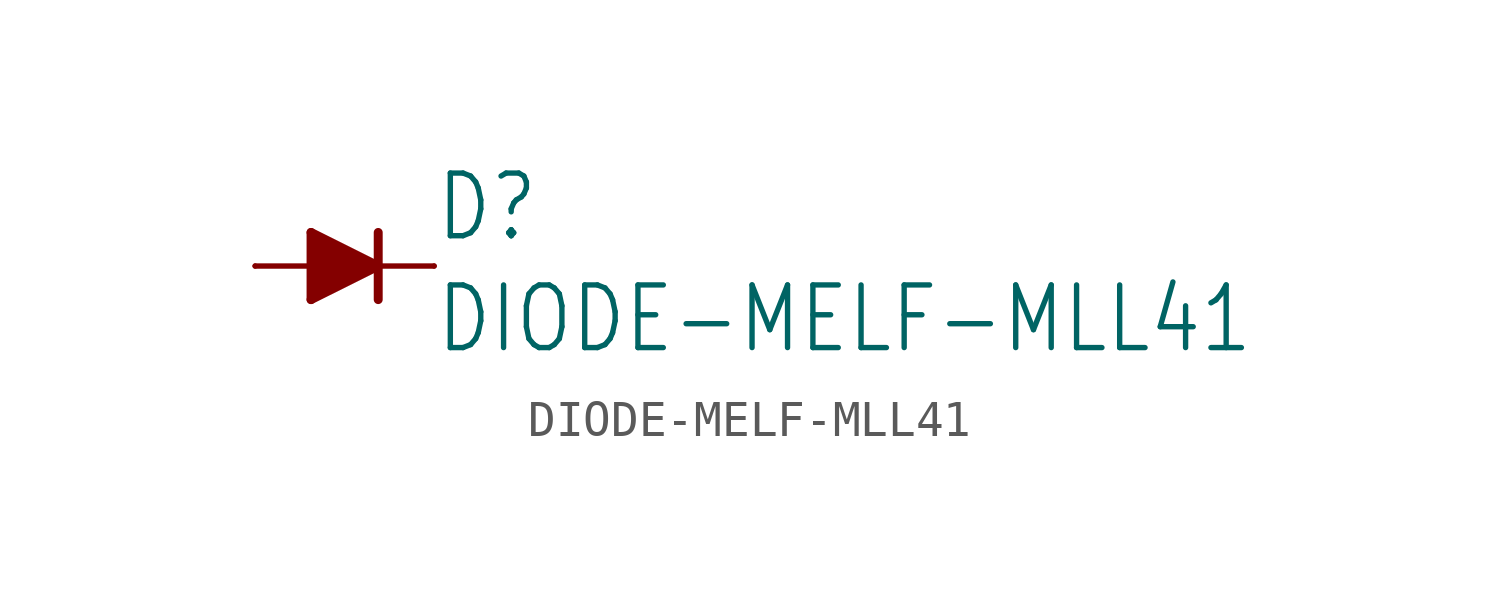
<source format=kicad_sym>
(kicad_symbol_lib
  (version 20211014)
  (generator kicad_symbol_editor)
  (symbol "DIODE-MELF-MLL41"
    (property "Reference" "D"
      (at 2.54 0.635 0)
      (effects (font (size 1.778 1.511)) (justify left bottom)))
    (property "Value" "DIODE-MELF-MLL41"
      (at 2.54 -2.54 0)
      (effects (font (size 1.778 1.511)) (justify left bottom)))
    (property "ki_locked" ""
      (at 0 0 0)
      (effects (font (size 1.27 1.27))))
    (symbol "DIODE-MELF-MLL41_1_0"
      (polyline (pts (xy -0.953 -0.953) (xy 0.953 0)) (stroke (width 0.254) (type default) (color 0 0 0 0)) (fill (type none)))
      (polyline (pts (xy -0.953 0) (xy -2.54 0)) (stroke (width 0.152) (type default) (color 0 0 0 0)) (fill (type none)))
      (polyline (pts (xy -0.953 0) (xy -0.953 -0.953)) (stroke (width 0.254) (type default) (color 0 0 0 0)) (fill (type none)))
      (polyline (pts (xy -0.953 0.953) (xy -0.953 0)) (stroke (width 0.254) (type default) (color 0 0 0 0)) (fill (type none)))
      (polyline (pts (xy 0.953 0) (xy -0.953 0.953)) (stroke (width 0.254) (type default) (color 0 0 0 0)) (fill (type none)))
      (polyline (pts (xy 0.953 0) (xy 0.953 -0.953)) (stroke (width 0.254) (type default) (color 0 0 0 0)) (fill (type none)))
      (polyline (pts (xy 0.953 0) (xy 2.54 0)) (stroke (width 0.152) (type default) (color 0 0 0 0)) (fill (type none)))
      (polyline (pts (xy 0.953 0.953) (xy 0.953 0)) (stroke (width 0.254) (type default) (color 0 0 0 0)) (fill (type none)))
      (polyline (pts (xy -0.953 0.953) (xy 0.953 0) (xy -0.953 -0.953)) (stroke (width 0) (type default) (color 0 0 0 0)) (fill (type outline)))
      (pin passive line (at -2.54 0 0) (length 0) (name "A" (effects (font (size 0 0)))) (number "A" (effects (font (size 0 0)))))
      (pin passive line (at 2.54 0 180) (length 0) (name "C" (effects (font (size 0 0)))) (number "C" (effects (font (size 0 0))))))))
</source>
